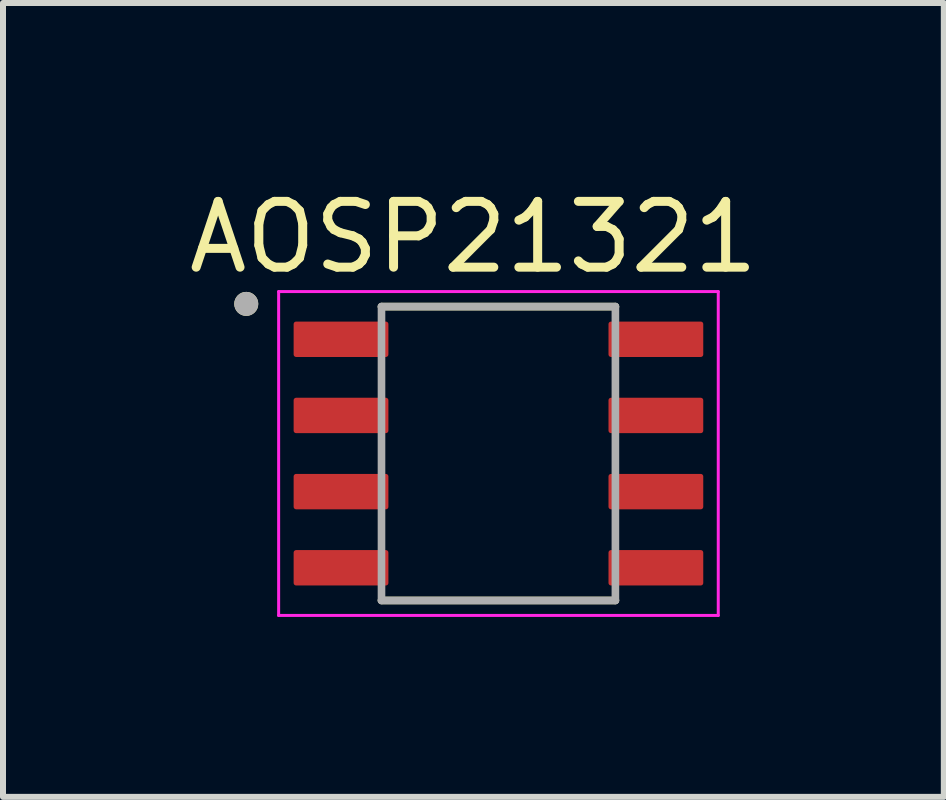
<source format=kicad_pcb>
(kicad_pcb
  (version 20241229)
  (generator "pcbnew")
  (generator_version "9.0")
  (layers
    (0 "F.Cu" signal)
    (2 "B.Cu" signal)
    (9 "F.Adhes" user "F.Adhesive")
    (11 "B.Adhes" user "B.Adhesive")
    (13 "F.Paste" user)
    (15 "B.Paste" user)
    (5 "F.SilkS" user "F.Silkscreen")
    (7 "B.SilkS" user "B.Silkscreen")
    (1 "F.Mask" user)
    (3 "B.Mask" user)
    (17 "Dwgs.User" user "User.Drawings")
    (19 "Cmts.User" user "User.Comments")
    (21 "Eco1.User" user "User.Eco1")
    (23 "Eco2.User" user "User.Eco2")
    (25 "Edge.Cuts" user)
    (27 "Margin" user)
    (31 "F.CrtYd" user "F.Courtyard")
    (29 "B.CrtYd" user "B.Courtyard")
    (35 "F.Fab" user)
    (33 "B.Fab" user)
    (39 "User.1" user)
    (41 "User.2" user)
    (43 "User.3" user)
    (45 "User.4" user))
  (footprint "AOSP21321"
    (layer "F.Cu")
    (at 5.261 4.512)
    (property "Reference" "AOSP21321" (at -0.417 -3.607 0) (layer "F.SilkS") (effects (font (size 1.097 1.097) (thickness 0.15))))
    (attr smd)
    (fp_line (start -1.95 -2.45) (end 1.95 -2.45) (stroke (width 0.127) (type solid)) (layer "F.SilkS"))
    (fp_line (start -1.95 2.45) (end 1.95 2.45) (stroke (width 0.127) (type solid)) (layer "F.SilkS"))
    (fp_circle (center -4.205 -2.495) (end -4.005 -2.495) (stroke (width 0) (type solid)) (fill yes) (layer "F.SilkS"))
    (fp_line (start -3.665 -2.7) (end -3.665 2.7) (stroke (width 0.05) (type solid)) (layer "F.CrtYd"))
    (fp_line (start -3.665 -2.7) (end 3.665 -2.7) (stroke (width 0.05) (type solid)) (layer "F.CrtYd"))
    (fp_line (start -3.665 2.7) (end 3.665 2.7) (stroke (width 0.05) (type solid)) (layer "F.CrtYd"))
    (fp_line (start 3.665 -2.7) (end 3.665 2.7) (stroke (width 0.05) (type solid)) (layer "F.CrtYd"))
    (fp_line (start -1.95 -2.45) (end -1.95 2.45) (stroke (width 0.127) (type solid)) (layer "F.Fab"))
    (fp_line (start -1.95 -2.45) (end 1.95 -2.45) (stroke (width 0.127) (type solid)) (layer "F.Fab"))
    (fp_line (start -1.95 2.45) (end 1.95 2.45) (stroke (width 0.127) (type solid)) (layer "F.Fab"))
    (fp_line (start 1.95 -2.45) (end 1.95 2.45) (stroke (width 0.127) (type solid)) (layer "F.Fab"))
    (fp_circle (center -4.205 -2.495) (end -4.005 -2.495) (stroke (width 0) (type solid)) (fill yes) (layer "F.Fab"))
    (pad "1" smd roundrect (at -2.625 -1.905) (size 1.58 0.59) (layers "F.Cu" "F.Mask" "F.Paste") (roundrect_rratio 0.07))
    (pad "2" smd roundrect (at -2.625 -0.635) (size 1.58 0.59) (layers "F.Cu" "F.Mask" "F.Paste") (roundrect_rratio 0.07))
    (pad "3" smd roundrect (at -2.625 0.635) (size 1.58 0.59) (layers "F.Cu" "F.Mask" "F.Paste") (roundrect_rratio 0.07))
    (pad "4" smd roundrect (at -2.625 1.905) (size 1.58 0.59) (layers "F.Cu" "F.Mask" "F.Paste") (roundrect_rratio 0.07))
    (pad "5" smd roundrect (at 2.625 1.905) (size 1.58 0.59) (layers "F.Cu" "F.Mask" "F.Paste") (roundrect_rratio 0.07))
    (pad "6" smd roundrect (at 2.625 0.635) (size 1.58 0.59) (layers "F.Cu" "F.Mask" "F.Paste") (roundrect_rratio 0.07))
    (pad "7" smd roundrect (at 2.625 -0.635) (size 1.58 0.59) (layers "F.Cu" "F.Mask" "F.Paste") (roundrect_rratio 0.07))
    (pad "8" smd roundrect (at 2.625 -1.905) (size 1.58 0.59) (layers "F.Cu" "F.Mask" "F.Paste") (roundrect_rratio 0.07)))
  (gr_rect
    (start -3 -3)
    (end 12.687 10.237)
    (stroke (width 0.1) (type default))
    (fill no)
    (layer "Edge.Cuts")))
</source>
